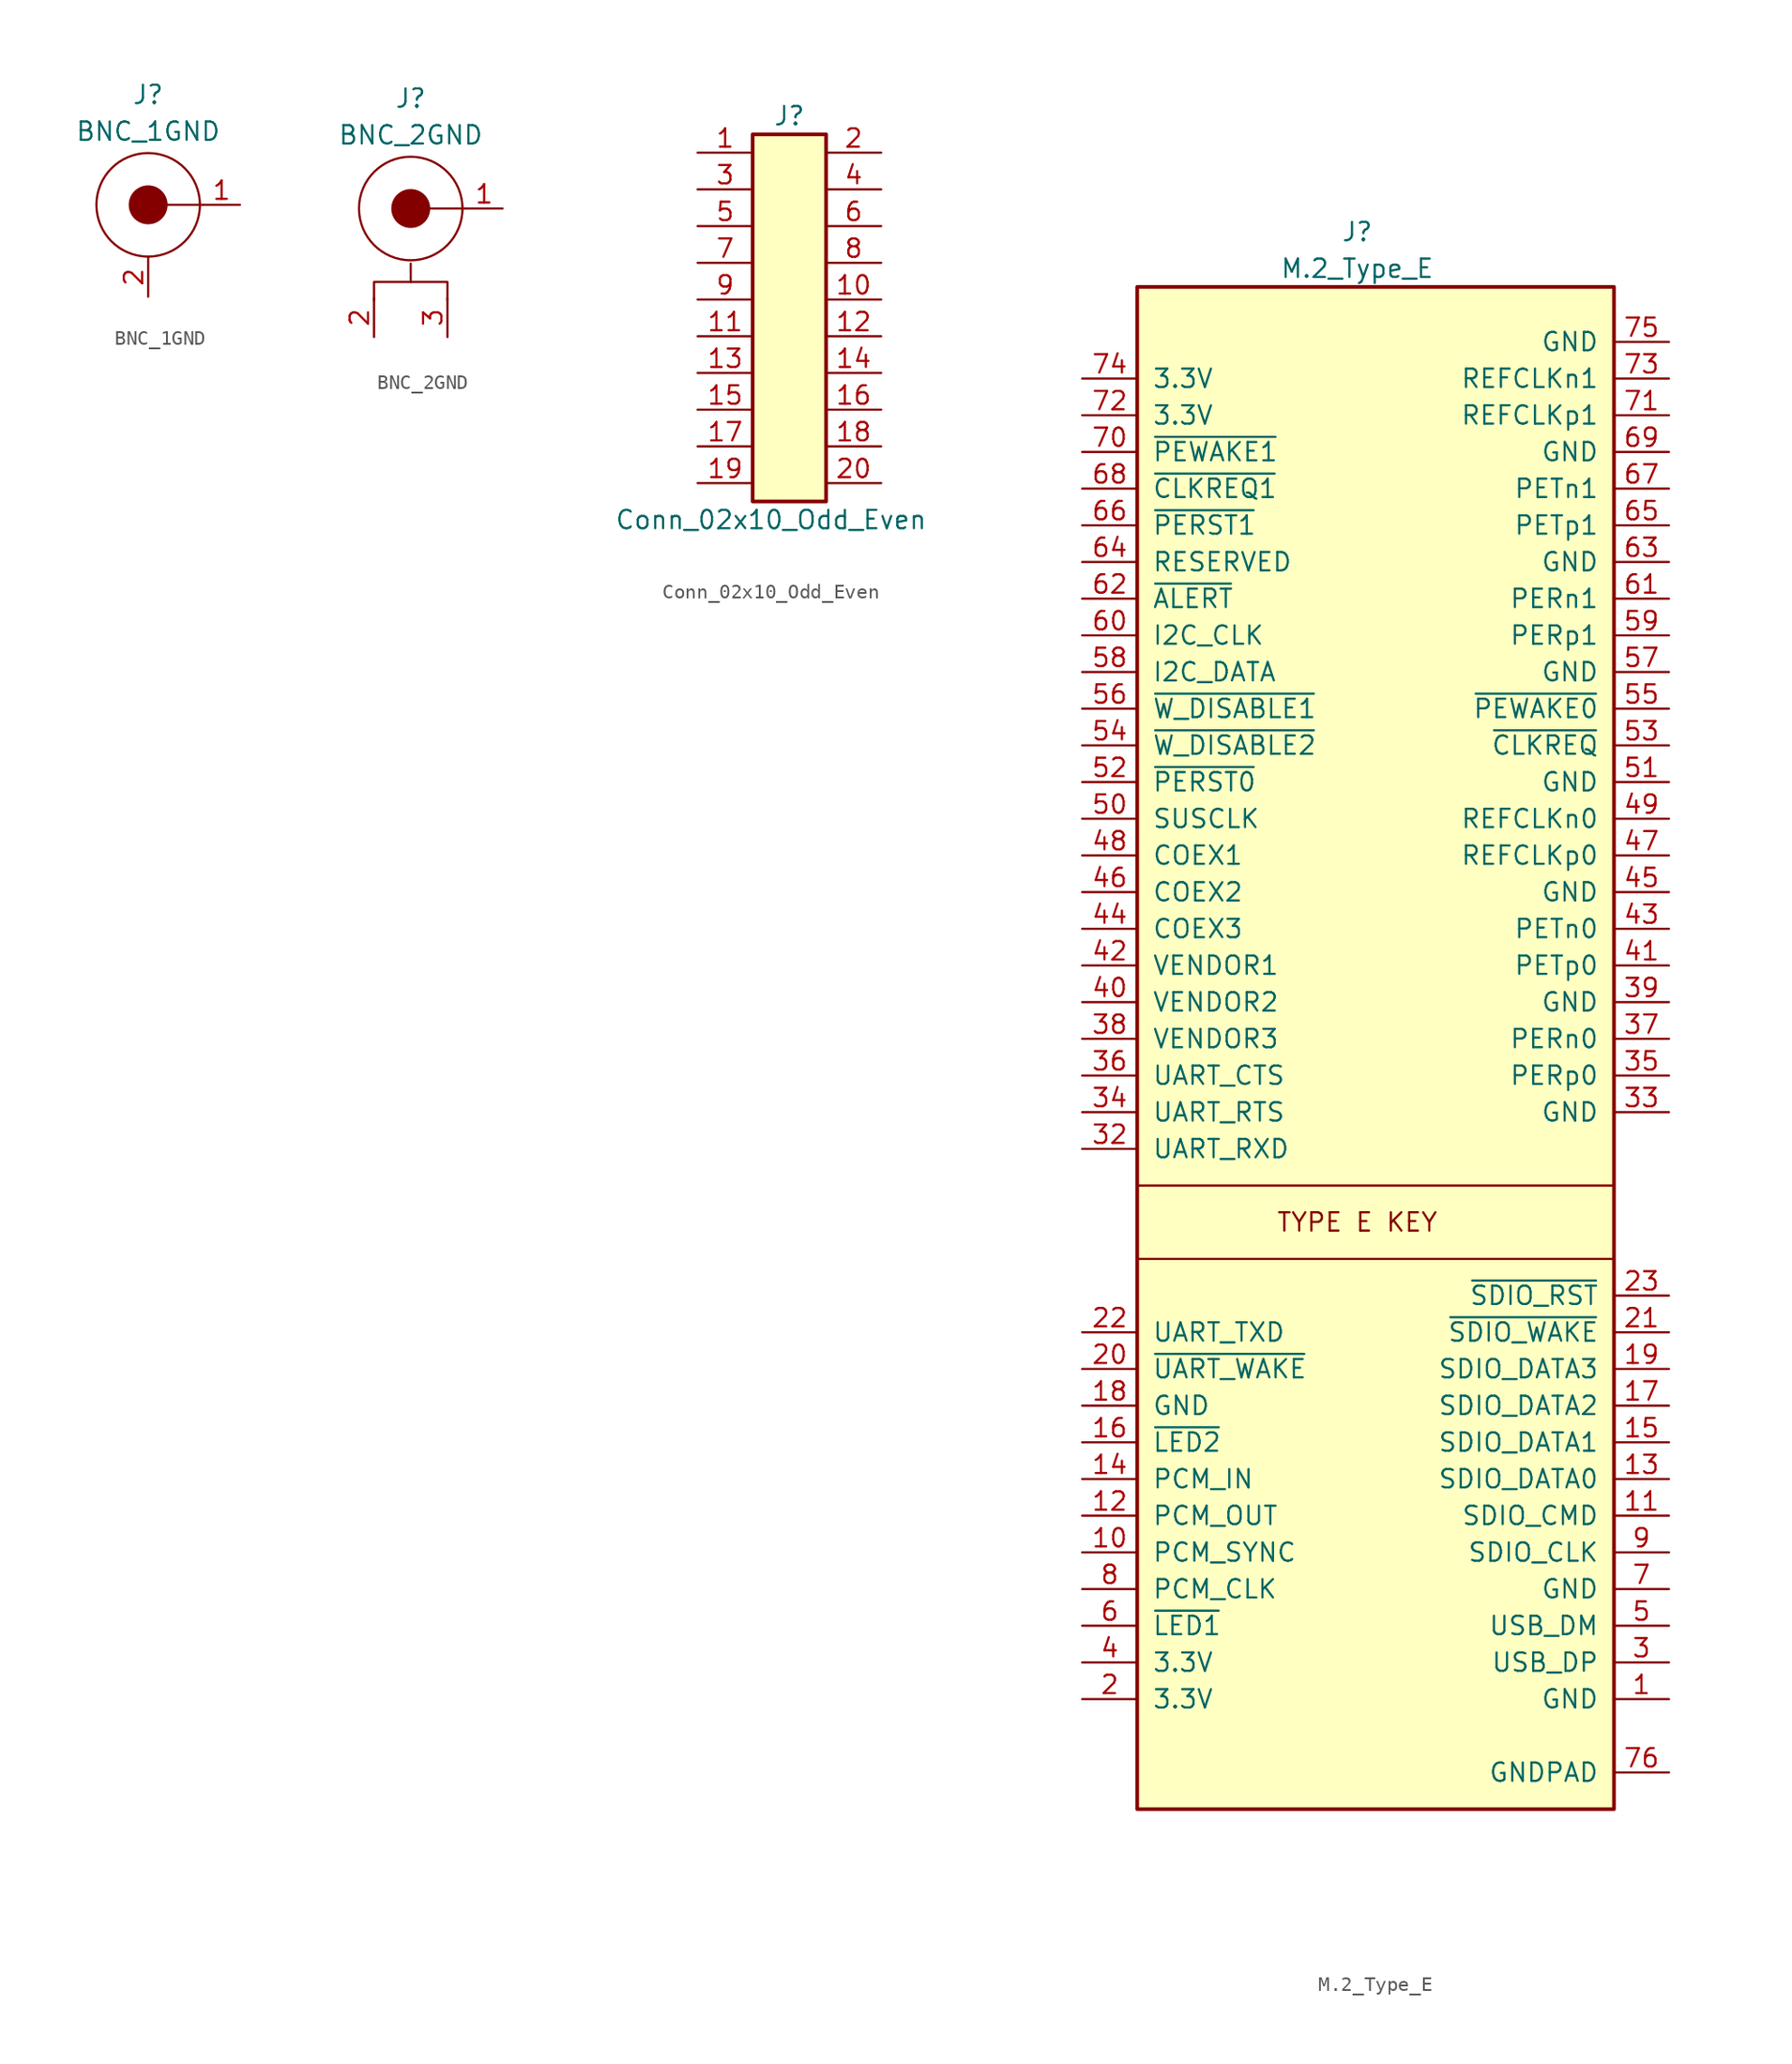
<source format=kicad_sym>
(kicad_symbol_lib
  (version 20220102)
  (generator kicad_symbol_editor)
  (symbol "BNC_1GND"
    (pin_names
      (offset 1.016))
    (property "Reference" "J"
      (at 0 7.62 0)
      (effects (font (size 1.27 1.27))))
    (property "Value" "BNC_1GND"
      (at 0 5.08 0)
      (effects (font (size 1.27 1.27))))
    (symbol "BNC_1GND_0_1"
      (polyline (pts (xy 3.81 0) (xy 1.27 0)) (stroke (width 0) (type default)) (fill (type none)))
      (circle (center 0 0) (radius 1.27) (stroke (width 0) (type default)) (fill (type outline)))
      (circle (center 0 0) (radius 3.581) (stroke (width 0) (type default)) (fill (type none))))
    (symbol "BNC_1GND_1_1"
      (pin passive line (at 6.35 0 180) (length 2.54) (name "~" (effects (font (size 1.27 1.27)))) (number "1" (effects (font (size 1.27 1.27)))))
      (pin passive line (at 0 -6.35 90) (length 2.692) (name "~" (effects (font (size 1.27 1.27)))) (number "2" (effects (font (size 1.27 1.27)))))))
  (symbol "BNC_2GND"
    (pin_names
      (offset 1.016))
    (property "Reference" "J"
      (at 0 7.62 0)
      (effects (font (size 1.27 1.27))))
    (property "Value" "BNC_2GND"
      (at 0 5.08 0)
      (effects (font (size 1.27 1.27))))
    (symbol "BNC_2GND_0_1"
      (polyline (pts (xy 0 -5.08) (xy 0 -3.81)) (stroke (width 0) (type default)) (fill (type none)))
      (polyline (pts (xy 3.81 0) (xy 1.27 0)) (stroke (width 0) (type default)) (fill (type none)))
      (polyline (pts (xy -2.54 -6.35) (xy -2.54 -5.08) (xy 2.54 -5.08) (xy 2.54 -6.35)) (stroke (width 0) (type default)) (fill (type none)))
      (circle (center 0 0) (radius 1.27) (stroke (width 0) (type default)) (fill (type outline)))
      (circle (center 0 0) (radius 3.581) (stroke (width 0) (type default)) (fill (type none))))
    (symbol "BNC_2GND_1_1"
      (pin passive line (at 6.35 0 180) (length 2.54) (name "~" (effects (font (size 1.27 1.27)))) (number "1" (effects (font (size 1.27 1.27)))))
      (pin passive line (at -2.54 -8.89 90) (length 2.692) (name "~" (effects (font (size 1.27 1.27)))) (number "2" (effects (font (size 1.27 1.27)))))
      (pin passive line (at 2.54 -8.89 90) (length 2.692) (name "~" (effects (font (size 1.27 1.27)))) (number "3" (effects (font (size 1.27 1.27)))))))
  (symbol "Conn_02x10_Odd_Even"
    (pin_names
      (offset 1.016) hide)
    (property "Reference" "J"
      (at 1.27 7.62 0)
      (effects (font (size 1.27 1.27))))
    (property "Value" "Conn_02x10_Odd_Even"
      (at 0 -20.32 0)
      (effects (font (size 1.27 1.27))))
    (symbol "Conn_02x10_Odd_Even_1_1"
      (rectangle (start -1.27 6.35) (end 3.81 -19.05) (stroke (width 0.254) (type default)) (fill (type background)))
      (pin passive line (at -5.08 5.08 0) (length 3.81) (name "Pin_1" (effects (font (size 1.27 1.27)))) (number "1" (effects (font (size 1.27 1.27)))))
      (pin passive line (at 7.62 -5.08 180) (length 3.81) (name "Pin_10" (effects (font (size 1.27 1.27)))) (number "10" (effects (font (size 1.27 1.27)))))
      (pin passive line (at -5.08 -7.62 0) (length 3.81) (name "Pin_11" (effects (font (size 1.27 1.27)))) (number "11" (effects (font (size 1.27 1.27)))))
      (pin passive line (at 7.62 -7.62 180) (length 3.81) (name "Pin_12" (effects (font (size 1.27 1.27)))) (number "12" (effects (font (size 1.27 1.27)))))
      (pin passive line (at -5.08 -10.16 0) (length 3.81) (name "Pin_13" (effects (font (size 1.27 1.27)))) (number "13" (effects (font (size 1.27 1.27)))))
      (pin passive line (at 7.62 -10.16 180) (length 3.81) (name "Pin_14" (effects (font (size 1.27 1.27)))) (number "14" (effects (font (size 1.27 1.27)))))
      (pin passive line (at -5.08 -12.7 0) (length 3.81) (name "Pin_15" (effects (font (size 1.27 1.27)))) (number "15" (effects (font (size 1.27 1.27)))))
      (pin passive line (at 7.62 -12.7 180) (length 3.81) (name "Pin_16" (effects (font (size 1.27 1.27)))) (number "16" (effects (font (size 1.27 1.27)))))
      (pin passive line (at -5.08 -15.24 0) (length 3.81) (name "Pin_17" (effects (font (size 1.27 1.27)))) (number "17" (effects (font (size 1.27 1.27)))))
      (pin passive line (at 7.62 -15.24 180) (length 3.81) (name "Pin_18" (effects (font (size 1.27 1.27)))) (number "18" (effects (font (size 1.27 1.27)))))
      (pin passive line (at -5.08 -17.78 0) (length 3.81) (name "Pin_19" (effects (font (size 1.27 1.27)))) (number "19" (effects (font (size 1.27 1.27)))))
      (pin passive line (at 7.62 5.08 180) (length 3.81) (name "Pin_2" (effects (font (size 1.27 1.27)))) (number "2" (effects (font (size 1.27 1.27)))))
      (pin passive line (at 7.62 -17.78 180) (length 3.81) (name "Pin_20" (effects (font (size 1.27 1.27)))) (number "20" (effects (font (size 1.27 1.27)))))
      (pin passive line (at -5.08 2.54 0) (length 3.81) (name "Pin_3" (effects (font (size 1.27 1.27)))) (number "3" (effects (font (size 1.27 1.27)))))
      (pin passive line (at 7.62 2.54 180) (length 3.81) (name "Pin_4" (effects (font (size 1.27 1.27)))) (number "4" (effects (font (size 1.27 1.27)))))
      (pin passive line (at -5.08 0 0) (length 3.81) (name "Pin_5" (effects (font (size 1.27 1.27)))) (number "5" (effects (font (size 1.27 1.27)))))
      (pin passive line (at 7.62 0 180) (length 3.81) (name "Pin_6" (effects (font (size 1.27 1.27)))) (number "6" (effects (font (size 1.27 1.27)))))
      (pin passive line (at -5.08 -2.54 0) (length 3.81) (name "Pin_7" (effects (font (size 1.27 1.27)))) (number "7" (effects (font (size 1.27 1.27)))))
      (pin passive line (at 7.62 -2.54 180) (length 3.81) (name "Pin_8" (effects (font (size 1.27 1.27)))) (number "8" (effects (font (size 1.27 1.27)))))
      (pin passive line (at -5.08 -5.08 0) (length 3.81) (name "Pin_9" (effects (font (size 1.27 1.27)))) (number "9" (effects (font (size 1.27 1.27)))))))
  (symbol "M.2_Type_E"
    (pin_names
      (offset 1.016))
    (property "Reference" "J"
      (at 0 53.34 0)
      (effects (font (size 1.27 1.27))))
    (property "Value" "M.2_Type_E"
      (at 0 50.8 0)
      (effects (font (size 1.27 1.27))))
    (symbol "M.2_Type_E_0_0"
      (polyline (pts (xy -15.24 -12.7) (xy 17.78 -12.7)) (stroke (width 0) (type default)) (fill (type none)))
      (polyline (pts (xy 17.78 -17.78) (xy -15.24 -17.78)) (stroke (width 0) (type default)) (fill (type none)))
      (text "TYPE E KEY" (at 0 -15.24 0) (effects (font (size 1.27 1.27)))))
    (symbol "M.2_Type_E_1_1"
      (rectangle (start -15.24 49.53) (end 17.78 -55.88) (stroke (width 0.254) (type default)) (fill (type background)))
      (pin passive line (at 21.59 -48.26 180) (length 3.81) (name "GND" (effects (font (size 1.27 1.27)))) (number "1" (effects (font (size 1.27 1.27)))))
      (pin passive line (at -19.05 -38.1 0) (length 3.81) (name "PCM_SYNC" (effects (font (size 1.27 1.27)))) (number "10" (effects (font (size 1.27 1.27)))))
      (pin passive line (at 21.59 -35.56 180) (length 3.81) (name "SDIO_CMD" (effects (font (size 1.27 1.27)))) (number "11" (effects (font (size 1.27 1.27)))))
      (pin passive line (at -19.05 -35.56 0) (length 3.81) (name "PCM_OUT" (effects (font (size 1.27 1.27)))) (number "12" (effects (font (size 1.27 1.27)))))
      (pin passive line (at 21.59 -33.02 180) (length 3.81) (name "SDIO_DATA0" (effects (font (size 1.27 1.27)))) (number "13" (effects (font (size 1.27 1.27)))))
      (pin passive line (at -19.05 -33.02 0) (length 3.81) (name "PCM_IN" (effects (font (size 1.27 1.27)))) (number "14" (effects (font (size 1.27 1.27)))))
      (pin passive line (at 21.59 -30.48 180) (length 3.81) (name "SDIO_DATA1" (effects (font (size 1.27 1.27)))) (number "15" (effects (font (size 1.27 1.27)))))
      (pin passive line (at -19.05 -30.48 0) (length 3.81) (name "~{LED2}" (effects (font (size 1.27 1.27)))) (number "16" (effects (font (size 1.27 1.27)))))
      (pin passive line (at 21.59 -27.94 180) (length 3.81) (name "SDIO_DATA2" (effects (font (size 1.27 1.27)))) (number "17" (effects (font (size 1.27 1.27)))))
      (pin passive line (at -19.05 -27.94 0) (length 3.81) (name "GND" (effects (font (size 1.27 1.27)))) (number "18" (effects (font (size 1.27 1.27)))))
      (pin passive line (at 21.59 -25.4 180) (length 3.81) (name "SDIO_DATA3" (effects (font (size 1.27 1.27)))) (number "19" (effects (font (size 1.27 1.27)))))
      (pin passive line (at -19.05 -48.26 0) (length 3.81) (name "3.3V" (effects (font (size 1.27 1.27)))) (number "2" (effects (font (size 1.27 1.27)))))
      (pin passive line (at -19.05 -25.4 0) (length 3.81) (name "~{UART_WAKE}" (effects (font (size 1.27 1.27)))) (number "20" (effects (font (size 1.27 1.27)))))
      (pin passive line (at 21.59 -22.86 180) (length 3.81) (name "~{SDIO_WAKE}" (effects (font (size 1.27 1.27)))) (number "21" (effects (font (size 1.27 1.27)))))
      (pin passive line (at -19.05 -22.86 0) (length 3.81) (name "UART_TXD" (effects (font (size 1.27 1.27)))) (number "22" (effects (font (size 1.27 1.27)))))
      (pin passive line (at 21.59 -20.32 180) (length 3.81) (name "~{SDIO_RST}" (effects (font (size 1.27 1.27)))) (number "23" (effects (font (size 1.27 1.27)))))
      (pin passive line (at 21.59 -45.72 180) (length 3.81) (name "USB_DP" (effects (font (size 1.27 1.27)))) (number "3" (effects (font (size 1.27 1.27)))))
      (pin passive line (at -19.05 -10.16 0) (length 3.81) (name "UART_RXD" (effects (font (size 1.27 1.27)))) (number "32" (effects (font (size 1.27 1.27)))))
      (pin passive line (at 21.59 -7.62 180) (length 3.81) (name "GND" (effects (font (size 1.27 1.27)))) (number "33" (effects (font (size 1.27 1.27)))))
      (pin passive line (at -19.05 -7.62 0) (length 3.81) (name "UART_RTS" (effects (font (size 1.27 1.27)))) (number "34" (effects (font (size 1.27 1.27)))))
      (pin passive line (at 21.59 -5.08 180) (length 3.81) (name "PERp0" (effects (font (size 1.27 1.27)))) (number "35" (effects (font (size 1.27 1.27)))))
      (pin passive line (at -19.05 -5.08 0) (length 3.81) (name "UART_CTS" (effects (font (size 1.27 1.27)))) (number "36" (effects (font (size 1.27 1.27)))))
      (pin passive line (at 21.59 -2.54 180) (length 3.81) (name "PERn0" (effects (font (size 1.27 1.27)))) (number "37" (effects (font (size 1.27 1.27)))))
      (pin passive line (at -19.05 -2.54 0) (length 3.81) (name "VENDOR3" (effects (font (size 1.27 1.27)))) (number "38" (effects (font (size 1.27 1.27)))))
      (pin passive line (at 21.59 0 180) (length 3.81) (name "GND" (effects (font (size 1.27 1.27)))) (number "39" (effects (font (size 1.27 1.27)))))
      (pin passive line (at -19.05 -45.72 0) (length 3.81) (name "3.3V" (effects (font (size 1.27 1.27)))) (number "4" (effects (font (size 1.27 1.27)))))
      (pin passive line (at -19.05 0 0) (length 3.81) (name "VENDOR2" (effects (font (size 1.27 1.27)))) (number "40" (effects (font (size 1.27 1.27)))))
      (pin passive line (at 21.59 2.54 180) (length 3.81) (name "PETp0" (effects (font (size 1.27 1.27)))) (number "41" (effects (font (size 1.27 1.27)))))
      (pin passive line (at -19.05 2.54 0) (length 3.81) (name "VENDOR1" (effects (font (size 1.27 1.27)))) (number "42" (effects (font (size 1.27 1.27)))))
      (pin passive line (at 21.59 5.08 180) (length 3.81) (name "PETn0" (effects (font (size 1.27 1.27)))) (number "43" (effects (font (size 1.27 1.27)))))
      (pin passive line (at -19.05 5.08 0) (length 3.81) (name "COEX3" (effects (font (size 1.27 1.27)))) (number "44" (effects (font (size 1.27 1.27)))))
      (pin passive line (at 21.59 7.62 180) (length 3.81) (name "GND" (effects (font (size 1.27 1.27)))) (number "45" (effects (font (size 1.27 1.27)))))
      (pin passive line (at -19.05 7.62 0) (length 3.81) (name "COEX2" (effects (font (size 1.27 1.27)))) (number "46" (effects (font (size 1.27 1.27)))))
      (pin passive line (at 21.59 10.16 180) (length 3.81) (name "REFCLKp0" (effects (font (size 1.27 1.27)))) (number "47" (effects (font (size 1.27 1.27)))))
      (pin passive line (at -19.05 10.16 0) (length 3.81) (name "COEX1" (effects (font (size 1.27 1.27)))) (number "48" (effects (font (size 1.27 1.27)))))
      (pin passive line (at 21.59 12.7 180) (length 3.81) (name "REFCLKn0" (effects (font (size 1.27 1.27)))) (number "49" (effects (font (size 1.27 1.27)))))
      (pin passive line (at 21.59 -43.18 180) (length 3.81) (name "USB_DM" (effects (font (size 1.27 1.27)))) (number "5" (effects (font (size 1.27 1.27)))))
      (pin passive line (at -19.05 12.7 0) (length 3.81) (name "SUSCLK" (effects (font (size 1.27 1.27)))) (number "50" (effects (font (size 1.27 1.27)))))
      (pin passive line (at 21.59 15.24 180) (length 3.81) (name "GND" (effects (font (size 1.27 1.27)))) (number "51" (effects (font (size 1.27 1.27)))))
      (pin passive line (at -19.05 15.24 0) (length 3.81) (name "~{PERST0}" (effects (font (size 1.27 1.27)))) (number "52" (effects (font (size 1.27 1.27)))))
      (pin passive line (at 21.59 17.78 180) (length 3.81) (name "~{CLKREQ}" (effects (font (size 1.27 1.27)))) (number "53" (effects (font (size 1.27 1.27)))))
      (pin passive line (at -19.05 17.78 0) (length 3.81) (name "~{W_DISABLE2}" (effects (font (size 1.27 1.27)))) (number "54" (effects (font (size 1.27 1.27)))))
      (pin passive line (at 21.59 20.32 180) (length 3.81) (name "~{PEWAKE0}" (effects (font (size 1.27 1.27)))) (number "55" (effects (font (size 1.27 1.27)))))
      (pin passive line (at -19.05 20.32 0) (length 3.81) (name "~{W_DISABLE1}" (effects (font (size 1.27 1.27)))) (number "56" (effects (font (size 1.27 1.27)))))
      (pin passive line (at 21.59 22.86 180) (length 3.81) (name "GND" (effects (font (size 1.27 1.27)))) (number "57" (effects (font (size 1.27 1.27)))))
      (pin passive line (at -19.05 22.86 0) (length 3.81) (name "I2C_DATA" (effects (font (size 1.27 1.27)))) (number "58" (effects (font (size 1.27 1.27)))))
      (pin passive line (at 21.59 25.4 180) (length 3.81) (name "PERp1" (effects (font (size 1.27 1.27)))) (number "59" (effects (font (size 1.27 1.27)))))
      (pin passive line (at -19.05 -43.18 0) (length 3.81) (name "~{LED1}" (effects (font (size 1.27 1.27)))) (number "6" (effects (font (size 1.27 1.27)))))
      (pin passive line (at -19.05 25.4 0) (length 3.81) (name "I2C_CLK" (effects (font (size 1.27 1.27)))) (number "60" (effects (font (size 1.27 1.27)))))
      (pin passive line (at 21.59 27.94 180) (length 3.81) (name "PERn1" (effects (font (size 1.27 1.27)))) (number "61" (effects (font (size 1.27 1.27)))))
      (pin passive line (at -19.05 27.94 0) (length 3.81) (name "~{ALERT}" (effects (font (size 1.27 1.27)))) (number "62" (effects (font (size 1.27 1.27)))))
      (pin passive line (at 21.59 30.48 180) (length 3.81) (name "GND" (effects (font (size 1.27 1.27)))) (number "63" (effects (font (size 1.27 1.27)))))
      (pin passive line (at -19.05 30.48 0) (length 3.81) (name "RESERVED" (effects (font (size 1.27 1.27)))) (number "64" (effects (font (size 1.27 1.27)))))
      (pin passive line (at 21.59 33.02 180) (length 3.81) (name "PETp1" (effects (font (size 1.27 1.27)))) (number "65" (effects (font (size 1.27 1.27)))))
      (pin passive line (at -19.05 33.02 0) (length 3.81) (name "~{PERST1}" (effects (font (size 1.27 1.27)))) (number "66" (effects (font (size 1.27 1.27)))))
      (pin passive line (at 21.59 35.56 180) (length 3.81) (name "PETn1" (effects (font (size 1.27 1.27)))) (number "67" (effects (font (size 1.27 1.27)))))
      (pin passive line (at -19.05 35.56 0) (length 3.81) (name "~{CLKREQ1}" (effects (font (size 1.27 1.27)))) (number "68" (effects (font (size 1.27 1.27)))))
      (pin passive line (at 21.59 38.1 180) (length 3.81) (name "GND" (effects (font (size 1.27 1.27)))) (number "69" (effects (font (size 1.27 1.27)))))
      (pin passive line (at 21.59 -40.64 180) (length 3.81) (name "GND" (effects (font (size 1.27 1.27)))) (number "7" (effects (font (size 1.27 1.27)))))
      (pin passive line (at -19.05 38.1 0) (length 3.81) (name "~{PEWAKE1}" (effects (font (size 1.27 1.27)))) (number "70" (effects (font (size 1.27 1.27)))))
      (pin passive line (at 21.59 40.64 180) (length 3.81) (name "REFCLKp1" (effects (font (size 1.27 1.27)))) (number "71" (effects (font (size 1.27 1.27)))))
      (pin passive line (at -19.05 40.64 0) (length 3.81) (name "3.3V" (effects (font (size 1.27 1.27)))) (number "72" (effects (font (size 1.27 1.27)))))
      (pin passive line (at 21.59 43.18 180) (length 3.81) (name "REFCLKn1" (effects (font (size 1.27 1.27)))) (number "73" (effects (font (size 1.27 1.27)))))
      (pin passive line (at -19.05 43.18 0) (length 3.81) (name "3.3V" (effects (font (size 1.27 1.27)))) (number "74" (effects (font (size 1.27 1.27)))))
      (pin passive line (at 21.59 45.72 180) (length 3.81) (name "GND" (effects (font (size 1.27 1.27)))) (number "75" (effects (font (size 1.27 1.27)))))
      (pin passive line (at 21.59 -53.34 180) (length 3.81) (name "GNDPAD" (effects (font (size 1.27 1.27)))) (number "76" (effects (font (size 1.27 1.27)))))
      (pin passive line (at -19.05 -40.64 0) (length 3.81) (name "PCM_CLK" (effects (font (size 1.27 1.27)))) (number "8" (effects (font (size 1.27 1.27)))))
      (pin passive line (at 21.59 -38.1 180) (length 3.81) (name "SDIO_CLK" (effects (font (size 1.27 1.27)))) (number "9" (effects (font (size 1.27 1.27))))))))
</source>
